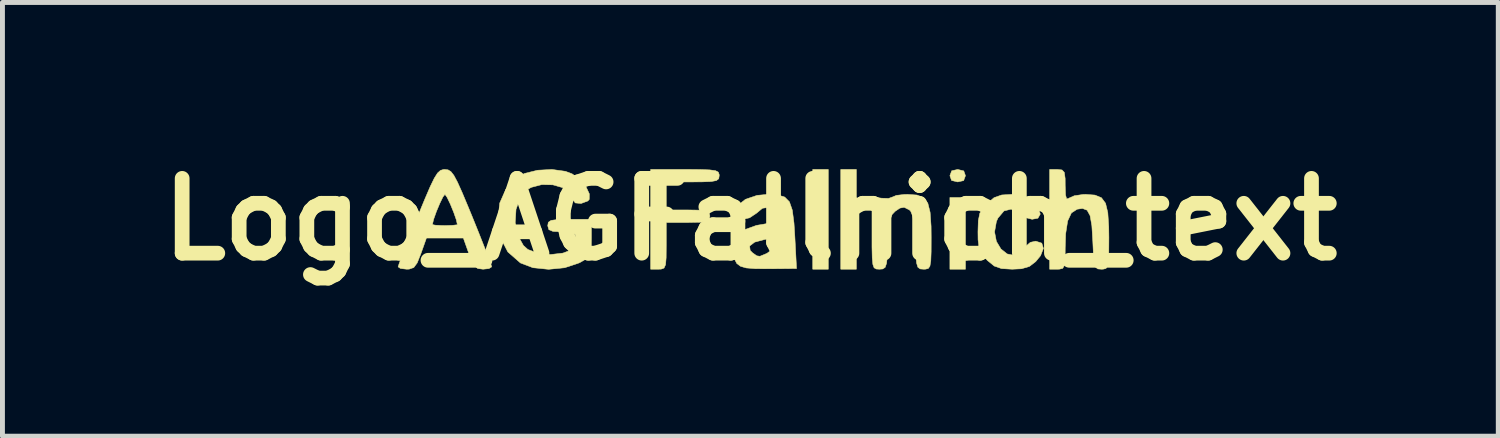
<source format=kicad_pcb>
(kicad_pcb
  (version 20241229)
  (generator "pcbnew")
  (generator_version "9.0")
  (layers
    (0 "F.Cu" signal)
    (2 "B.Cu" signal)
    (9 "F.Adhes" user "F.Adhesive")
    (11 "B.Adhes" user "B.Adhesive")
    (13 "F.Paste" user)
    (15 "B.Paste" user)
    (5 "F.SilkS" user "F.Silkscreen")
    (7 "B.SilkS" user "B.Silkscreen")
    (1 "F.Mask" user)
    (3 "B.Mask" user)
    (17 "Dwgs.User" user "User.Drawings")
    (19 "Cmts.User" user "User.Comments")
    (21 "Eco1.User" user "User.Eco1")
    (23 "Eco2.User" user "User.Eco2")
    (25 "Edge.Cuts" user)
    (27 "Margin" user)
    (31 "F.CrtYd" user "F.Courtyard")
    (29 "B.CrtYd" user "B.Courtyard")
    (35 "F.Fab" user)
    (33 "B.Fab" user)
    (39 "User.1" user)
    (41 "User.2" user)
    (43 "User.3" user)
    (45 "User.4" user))
  (footprint "Logo_AGFallnich_text"
    (layer "F.Cu")
    (at 12.236 1.418)
    (property "Reference" "Logo_AGFallnich_text" (at 0 0 0) (layer "F.SilkS") (effects (font (size 1.524 1.524) (thickness 0.3))))
    (attr through_hole)
    (fp_poly (pts (xy 1.587 1.016) (xy 1.27 1.016) (xy 1.27 -1.016) (xy 1.587 -1.016) (xy 1.587 1.016)) (stroke (width 0.01) (type solid)) (fill yes) (layer "F.SilkS"))
    (fp_poly (pts (xy 2.159 1.016) (xy 1.841 1.016) (xy 1.841 -1.016) (xy 2.159 -1.016) (xy 2.159 1.016)) (stroke (width 0.01) (type solid)) (fill yes) (layer "F.SilkS"))
    (fp_poly (pts (xy 4.381 1.016) (xy 4.064 1.016) (xy 4.064 -0.445) (xy 4.381 -0.445) (xy 4.381 1.016)) (stroke (width 0.01) (type solid)) (fill yes) (layer "F.SilkS"))
    (fp_poly (pts (xy 4.347 -0.986) (xy 4.381 -0.889) (xy 4.344 -0.789) (xy 4.223 -0.762) (xy 4.098 -0.792) (xy 4.064 -0.889) (xy 4.101 -0.989) (xy 4.223 -1.016) (xy 4.347 -0.986)) (stroke (width 0.01) (type solid)) (fill yes) (layer "F.SilkS"))
    (fp_poly (pts (xy -1.028 -1.015) (xy -0.827 -1.007) (xy -0.71 -0.991) (xy -0.653 -0.961) (xy -0.636 -0.913) (xy -0.635 -0.889) (xy -0.645 -0.827) (xy -0.692 -0.79) (xy -0.8 -0.77) (xy -0.994 -0.763) (xy -1.175 -0.762) (xy -1.714 -0.762) (xy -1.714 -0.191) (xy -1.27 -0.191) (xy -1.036 -0.187) (xy -0.903 -0.172) (xy -0.841 -0.136) (xy -0.826 -0.074) (xy -0.826 -0.064) (xy -0.837 0.003) (xy -0.892 0.041) (xy -1.015 0.059) (xy -1.235 0.063) (xy -1.27 0.064) (xy -1.714 0.064) (xy -1.714 0.54) (xy -1.716 0.782) (xy -1.728 0.924) (xy -1.759 0.992) (xy -1.817 1.014) (xy -1.873 1.016) (xy -2.032 1.016) (xy -2.032 -1.016) (xy -1.333 -1.016) (xy -1.028 -1.015)) (stroke (width 0.01) (type solid)) (fill yes) (layer "F.SilkS"))
    (fp_poly (pts (xy 5.54 -0.492) (xy 5.687 -0.431) (xy 5.767 -0.361) (xy 5.866 -0.225) (xy 5.905 -0.107) (xy 5.857 -0.023) (xy 5.739 -0.001) (xy 5.591 -0.039) (xy 5.46 -0.128) (xy 5.312 -0.208) (xy 5.166 -0.171) (xy 5.043 -0.026) (xy 5.011 0.047) (xy 4.974 0.257) (xy 5.011 0.449) (xy 5.104 0.604) (xy 5.231 0.705) (xy 5.373 0.734) (xy 5.509 0.673) (xy 5.592 0.564) (xy 5.703 0.469) (xy 5.812 0.445) (xy 5.936 0.485) (xy 5.969 0.592) (xy 5.911 0.74) (xy 5.813 0.86) (xy 5.683 0.96) (xy 5.522 1.007) (xy 5.332 1.016) (xy 5.115 1.003) (xy 4.967 0.951) (xy 4.83 0.839) (xy 4.821 0.83) (xy 4.716 0.71) (xy 4.66 0.588) (xy 4.638 0.417) (xy 4.636 0.254) (xy 4.643 0.025) (xy 4.674 -0.124) (xy 4.745 -0.241) (xy 4.821 -0.322) (xy 4.965 -0.442) (xy 5.119 -0.496) (xy 5.318 -0.508) (xy 5.54 -0.492)) (stroke (width 0.01) (type solid)) (fill yes) (layer "F.SilkS"))
    (fp_poly (pts (xy 6.348 -1.006) (xy 6.395 -0.956) (xy 6.412 -0.832) (xy 6.413 -0.686) (xy 6.42 -0.496) (xy 6.442 -0.416) (xy 6.485 -0.427) (xy 6.49 -0.432) (xy 6.598 -0.48) (xy 6.774 -0.506) (xy 6.829 -0.508) (xy 7.019 -0.494) (xy 7.151 -0.44) (xy 7.235 -0.327) (xy 7.281 -0.135) (xy 7.3 0.153) (xy 7.303 0.37) (xy 7.301 0.661) (xy 7.295 0.848) (xy 7.277 0.954) (xy 7.242 1.002) (xy 7.186 1.015) (xy 7.15 1.016) (xy 7.078 1.01) (xy 7.032 0.976) (xy 7.004 0.889) (xy 6.988 0.725) (xy 6.976 0.46) (xy 6.975 0.442) (xy 6.956 0.129) (xy 6.92 -0.075) (xy 6.859 -0.186) (xy 6.765 -0.222) (xy 6.656 -0.206) (xy 6.539 -0.13) (xy 6.463 0.033) (xy 6.422 0.296) (xy 6.413 0.576) (xy 6.411 0.807) (xy 6.397 0.938) (xy 6.362 0.999) (xy 6.295 1.015) (xy 6.255 1.016) (xy 6.096 1.016) (xy 6.096 -1.016) (xy 6.255 -1.016) (xy 6.348 -1.006)) (stroke (width 0.01) (type solid)) (fill yes) (layer "F.SilkS"))
    (fp_poly (pts (xy 3.394 -0.495) (xy 3.528 -0.442) (xy 3.614 -0.331) (xy 3.661 -0.143) (xy 3.681 0.142) (xy 3.683 0.37) (xy 3.682 0.661) (xy 3.675 0.848) (xy 3.657 0.954) (xy 3.623 1.002) (xy 3.566 1.015) (xy 3.531 1.016) (xy 3.458 1.01) (xy 3.412 0.976) (xy 3.385 0.889) (xy 3.369 0.725) (xy 3.357 0.46) (xy 3.356 0.442) (xy 3.338 0.138) (xy 3.309 -0.059) (xy 3.265 -0.166) (xy 3.239 -0.192) (xy 3.133 -0.245) (xy 3.046 -0.229) (xy 2.949 -0.164) (xy 2.886 -0.097) (xy 2.845 0.012) (xy 2.82 0.192) (xy 2.803 0.469) (xy 2.803 0.471) (xy 2.791 0.734) (xy 2.774 0.895) (xy 2.745 0.979) (xy 2.696 1.011) (xy 2.629 1.016) (xy 2.564 1.012) (xy 2.52 0.987) (xy 2.495 0.918) (xy 2.482 0.784) (xy 2.477 0.564) (xy 2.477 0.279) (xy 2.477 -0.459) (xy 2.67 -0.431) (xy 2.815 -0.426) (xy 2.895 -0.455) (xy 2.896 -0.455) (xy 2.974 -0.488) (xy 3.131 -0.506) (xy 3.201 -0.508) (xy 3.394 -0.495)) (stroke (width 0.01) (type solid)) (fill yes) (layer "F.SilkS"))
    (fp_poly (pts (xy 0.555 -0.498) (xy 0.699 -0.454) (xy 0.795 -0.357) (xy 0.854 -0.187) (xy 0.888 0.074) (xy 0.906 0.358) (xy 0.94 1.002) (xy 0.383 1.007) (xy 0.1 1.005) (xy -0.085 0.99) (xy -0.2 0.957) (xy -0.275 0.901) (xy -0.278 0.898) (xy -0.353 0.752) (xy -0.381 0.587) (xy -0.369 0.543) (xy -0.016 0.543) (xy -0.004 0.635) (xy 0.045 0.683) (xy 0.13 0.743) (xy 0.193 0.753) (xy 0.294 0.712) (xy 0.341 0.691) (xy 0.471 0.592) (xy 0.53 0.493) (xy 0.539 0.415) (xy 0.491 0.388) (xy 0.356 0.399) (xy 0.3 0.408) (xy 0.088 0.464) (xy -0.016 0.543) (xy -0.369 0.543) (xy -0.323 0.379) (xy -0.153 0.223) (xy 0.125 0.123) (xy 0.252 0.102) (xy 0.462 0.062) (xy 0.555 0.009) (xy 0.543 -0.071) (xy 0.472 -0.154) (xy 0.354 -0.241) (xy 0.246 -0.226) (xy 0.127 -0.127) (xy -0.017 -0.031) (xy -0.164 0.001) (xy -0.277 -0.033) (xy -0.318 -0.122) (xy -0.259 -0.282) (xy -0.1 -0.408) (xy 0.135 -0.488) (xy 0.348 -0.508) (xy 0.555 -0.498)) (stroke (width 0.01) (type solid)) (fill yes) (layer "F.SilkS"))
    (fp_poly (pts (xy -6.159 -1.008) (xy -6.101 -0.973) (xy -6.04 -0.895) (xy -5.966 -0.756) (xy -5.869 -0.54) (xy -5.739 -0.23) (xy -5.664 -0.048) (xy -5.532 0.279) (xy -5.419 0.565) (xy -5.333 0.788) (xy -5.281 0.93) (xy -5.27 0.968) (xy -5.325 1.003) (xy -5.446 1.016) (xy -5.556 1.001) (xy -5.632 0.934) (xy -5.702 0.787) (xy -5.734 0.699) (xy -5.847 0.381) (xy -6.599 0.381) (xy -6.712 0.699) (xy -6.787 0.887) (xy -6.857 0.982) (xy -6.95 1.014) (xy -7 1.016) (xy -7.127 1.001) (xy -7.176 0.968) (xy -7.153 0.896) (xy -7.09 0.728) (xy -6.994 0.483) (xy -6.875 0.182) (xy -6.844 0.107) (xy -6.477 0.107) (xy -6.421 0.119) (xy -6.28 0.126) (xy -6.223 0.127) (xy -6.064 0.122) (xy -5.975 0.111) (xy -5.969 0.107) (xy -5.991 0.008) (xy -6.045 -0.146) (xy -6.113 -0.312) (xy -6.178 -0.447) (xy -6.221 -0.508) (xy -6.223 -0.508) (xy -6.264 -0.455) (xy -6.327 -0.325) (xy -6.396 -0.16) (xy -6.452 -0.003) (xy -6.477 0.102) (xy -6.477 0.107) (xy -6.844 0.107) (xy -6.782 -0.048) (xy -6.634 -0.407) (xy -6.523 -0.665) (xy -6.439 -0.838) (xy -6.373 -0.943) (xy -6.314 -0.996) (xy -6.255 -1.015) (xy -6.223 -1.016) (xy -6.159 -1.008)) (stroke (width 0.01) (type solid)) (fill yes) (layer "F.SilkS"))
    (fp_poly (pts (xy -3.768 -0.978) (xy -3.631 -0.926) (xy -3.473 -0.812) (xy -3.35 -0.666) (xy -3.281 -0.519) (xy -3.283 -0.405) (xy -3.312 -0.374) (xy -3.449 -0.323) (xy -3.567 -0.334) (xy -3.619 -0.401) (xy -3.619 -0.403) (xy -3.676 -0.543) (xy -3.822 -0.645) (xy -4.024 -0.703) (xy -4.248 -0.708) (xy -4.462 -0.652) (xy -4.536 -0.612) (xy -4.688 -0.443) (xy -4.774 -0.204) (xy -4.791 0.064) (xy -4.741 0.323) (xy -4.623 0.534) (xy -4.533 0.614) (xy -4.328 0.691) (xy -4.069 0.717) (xy -3.819 0.688) (xy -3.699 0.643) (xy -3.578 0.515) (xy -3.556 0.411) (xy -3.568 0.314) (xy -3.627 0.268) (xy -3.768 0.255) (xy -3.842 0.254) (xy -4.02 0.246) (xy -4.105 0.211) (xy -4.127 0.136) (xy -4.128 0.127) (xy -4.116 0.06) (xy -4.061 0.022) (xy -3.938 0.005) (xy -3.718 0.000035) (xy -3.683 0) (xy -3.239 0) (xy -3.239 0.38) (xy -3.242 0.592) (xy -3.266 0.718) (xy -3.329 0.796) (xy -3.453 0.869) (xy -3.49 0.888) (xy -3.781 0.985) (xy -4.11 1.018) (xy -4.428 0.986) (xy -4.684 0.889) (xy -4.941 0.664) (xy -5.095 0.367) (xy -5.143 0.013) (xy -5.106 -0.332) (xy -4.983 -0.61) (xy -4.798 -0.823) (xy -4.604 -0.934) (xy -4.336 -1) (xy -4.042 -1.016) (xy -3.768 -0.978)) (stroke (width 0.01) (type solid)) (fill yes) (layer "F.SilkS")))
  (gr_rect
    (start -3 -3)
    (end 27.471 5.836)
    (stroke (width 0.1) (type default))
    (fill no)
    (layer "Edge.Cuts")))
</source>
